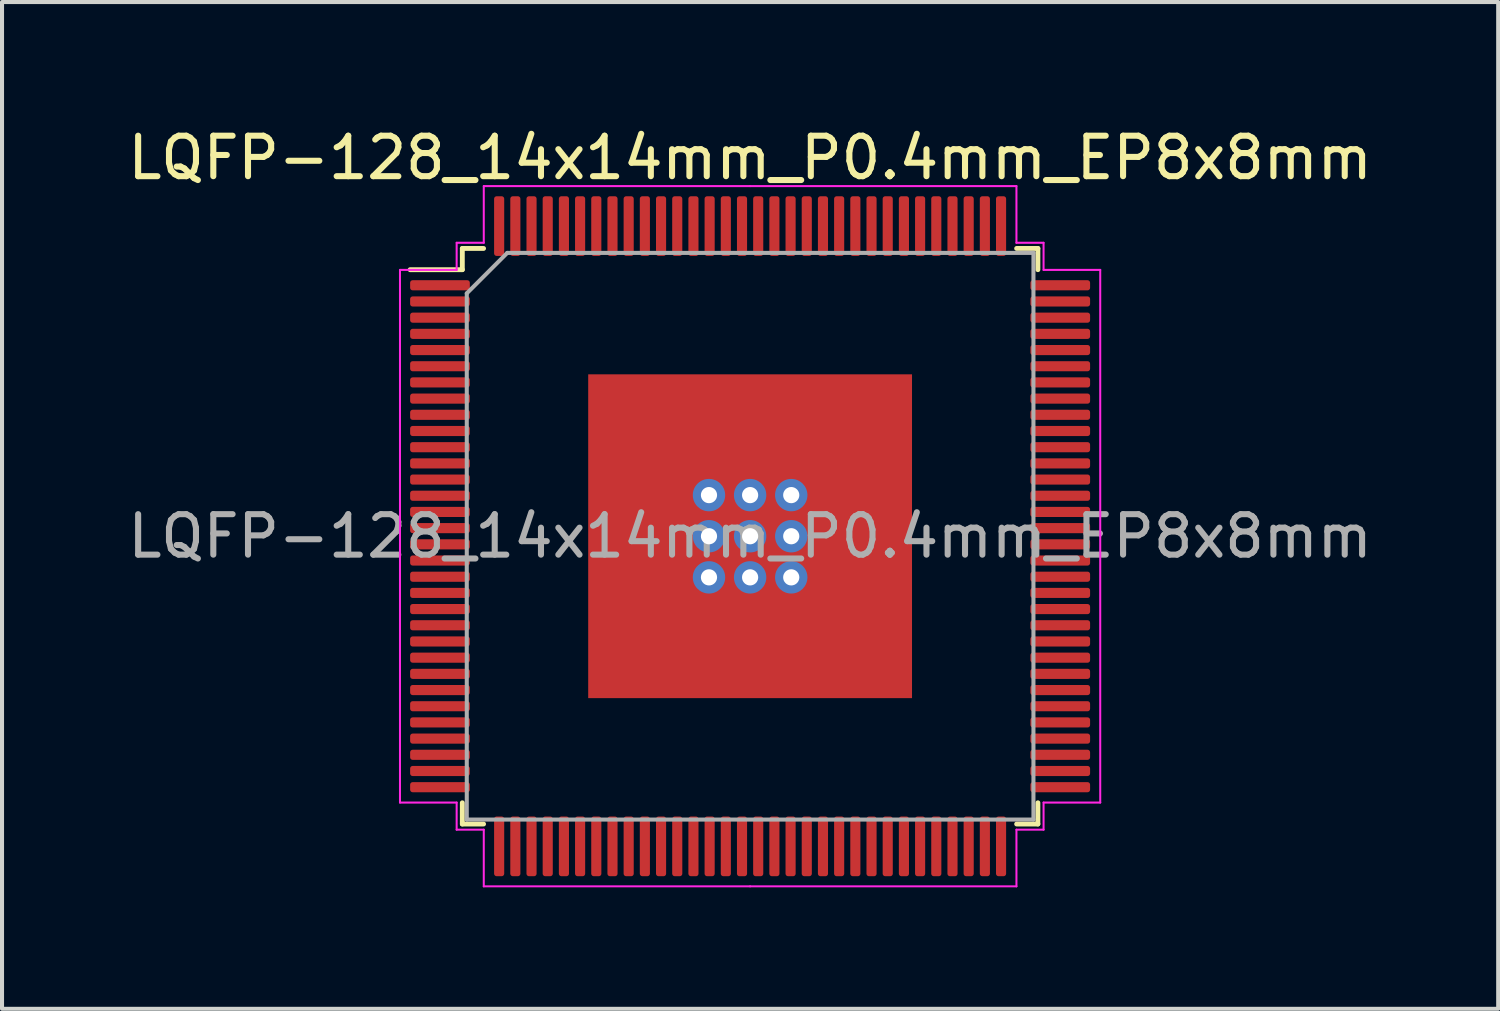
<source format=kicad_pcb>
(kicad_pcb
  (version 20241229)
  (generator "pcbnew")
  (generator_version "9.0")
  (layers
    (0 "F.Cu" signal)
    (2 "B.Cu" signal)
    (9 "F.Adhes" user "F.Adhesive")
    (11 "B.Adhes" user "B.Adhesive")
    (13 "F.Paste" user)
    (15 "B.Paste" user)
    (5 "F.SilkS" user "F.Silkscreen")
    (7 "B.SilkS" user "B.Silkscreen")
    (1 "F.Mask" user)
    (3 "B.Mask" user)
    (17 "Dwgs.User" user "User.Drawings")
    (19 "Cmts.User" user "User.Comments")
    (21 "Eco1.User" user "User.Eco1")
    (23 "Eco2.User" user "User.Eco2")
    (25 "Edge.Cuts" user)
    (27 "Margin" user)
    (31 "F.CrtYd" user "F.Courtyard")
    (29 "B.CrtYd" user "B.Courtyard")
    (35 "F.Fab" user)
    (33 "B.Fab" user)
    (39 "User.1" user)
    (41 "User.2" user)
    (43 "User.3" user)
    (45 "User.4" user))
  (footprint "LQFP-128_14x14mm_P0.4mm_EP8x8mm"
    (layer "F.Cu")
    (at 15.482 10.198)
    (property "Reference" "LQFP-128_14x14mm_P0.4mm_EP8x8mm" (at 0 -9.35 0) (layer "F.SilkS") (effects (font (size 1 1) (thickness 0.15))))
    (attr smd)
    (fp_line (start -7.11 -7.11) (end -7.11 -6.585) (stroke (width 0.12) (type solid)) (layer "F.SilkS"))
    (fp_line (start -7.11 -6.585) (end -8.4 -6.585) (stroke (width 0.12) (type solid)) (layer "F.SilkS"))
    (fp_line (start -7.11 7.11) (end -7.11 6.585) (stroke (width 0.12) (type solid)) (layer "F.SilkS"))
    (fp_line (start -6.585 -7.11) (end -7.11 -7.11) (stroke (width 0.12) (type solid)) (layer "F.SilkS"))
    (fp_line (start -6.585 7.11) (end -7.11 7.11) (stroke (width 0.12) (type solid)) (layer "F.SilkS"))
    (fp_line (start 6.585 -7.11) (end 7.11 -7.11) (stroke (width 0.12) (type solid)) (layer "F.SilkS"))
    (fp_line (start 6.585 7.11) (end 7.11 7.11) (stroke (width 0.12) (type solid)) (layer "F.SilkS"))
    (fp_line (start 7.11 -7.11) (end 7.11 -6.585) (stroke (width 0.12) (type solid)) (layer "F.SilkS"))
    (fp_line (start 7.11 7.11) (end 7.11 6.585) (stroke (width 0.12) (type solid)) (layer "F.SilkS"))
    (fp_line (start -8.65 -6.58) (end -8.65 0) (stroke (width 0.05) (type solid)) (layer "F.CrtYd"))
    (fp_line (start -8.65 6.58) (end -8.65 0) (stroke (width 0.05) (type solid)) (layer "F.CrtYd"))
    (fp_line (start -7.25 -7.25) (end -7.25 -6.58) (stroke (width 0.05) (type solid)) (layer "F.CrtYd"))
    (fp_line (start -7.25 -6.58) (end -8.65 -6.58) (stroke (width 0.05) (type solid)) (layer "F.CrtYd"))
    (fp_line (start -7.25 6.58) (end -8.65 6.58) (stroke (width 0.05) (type solid)) (layer "F.CrtYd"))
    (fp_line (start -7.25 7.25) (end -7.25 6.58) (stroke (width 0.05) (type solid)) (layer "F.CrtYd"))
    (fp_line (start -6.58 -8.65) (end -6.58 -7.25) (stroke (width 0.05) (type solid)) (layer "F.CrtYd"))
    (fp_line (start -6.58 -7.25) (end -7.25 -7.25) (stroke (width 0.05) (type solid)) (layer "F.CrtYd"))
    (fp_line (start -6.58 7.25) (end -7.25 7.25) (stroke (width 0.05) (type solid)) (layer "F.CrtYd"))
    (fp_line (start -6.58 8.65) (end -6.58 7.25) (stroke (width 0.05) (type solid)) (layer "F.CrtYd"))
    (fp_line (start 0 -8.65) (end -6.58 -8.65) (stroke (width 0.05) (type solid)) (layer "F.CrtYd"))
    (fp_line (start 0 -8.65) (end 6.58 -8.65) (stroke (width 0.05) (type solid)) (layer "F.CrtYd"))
    (fp_line (start 0 8.65) (end -6.58 8.65) (stroke (width 0.05) (type solid)) (layer "F.CrtYd"))
    (fp_line (start 0 8.65) (end 6.58 8.65) (stroke (width 0.05) (type solid)) (layer "F.CrtYd"))
    (fp_line (start 6.58 -8.65) (end 6.58 -7.25) (stroke (width 0.05) (type solid)) (layer "F.CrtYd"))
    (fp_line (start 6.58 -7.25) (end 7.25 -7.25) (stroke (width 0.05) (type solid)) (layer "F.CrtYd"))
    (fp_line (start 6.58 7.25) (end 7.25 7.25) (stroke (width 0.05) (type solid)) (layer "F.CrtYd"))
    (fp_line (start 6.58 8.65) (end 6.58 7.25) (stroke (width 0.05) (type solid)) (layer "F.CrtYd"))
    (fp_line (start 7.25 -7.25) (end 7.25 -6.58) (stroke (width 0.05) (type solid)) (layer "F.CrtYd"))
    (fp_line (start 7.25 -6.58) (end 8.65 -6.58) (stroke (width 0.05) (type solid)) (layer "F.CrtYd"))
    (fp_line (start 7.25 6.58) (end 8.65 6.58) (stroke (width 0.05) (type solid)) (layer "F.CrtYd"))
    (fp_line (start 7.25 7.25) (end 7.25 6.58) (stroke (width 0.05) (type solid)) (layer "F.CrtYd"))
    (fp_line (start 8.65 -6.58) (end 8.65 0) (stroke (width 0.05) (type solid)) (layer "F.CrtYd"))
    (fp_line (start 8.65 6.58) (end 8.65 0) (stroke (width 0.05) (type solid)) (layer "F.CrtYd"))
    (fp_line (start -7 -6) (end -6 -7) (stroke (width 0.1) (type solid)) (layer "F.Fab"))
    (fp_line (start -7 7) (end -7 -6) (stroke (width 0.1) (type solid)) (layer "F.Fab"))
    (fp_line (start -6 -7) (end 7 -7) (stroke (width 0.1) (type solid)) (layer "F.Fab"))
    (fp_line (start 7 -7) (end 7 7) (stroke (width 0.1) (type solid)) (layer "F.Fab"))
    (fp_line (start 7 7) (end -7 7) (stroke (width 0.1) (type solid)) (layer "F.Fab"))
    (fp_text user "${REFERENCE}" (at 0 0 0) (layer "F.Fab") (effects (font (size 1 1) (thickness 0.15))))
    (pad "1" smd roundrect (at -7.662 -6.2) (size 1.475 0.25) (layers "F.Cu" "F.Mask" "F.Paste") (roundrect_rratio 0.25))
    (pad "2" smd roundrect (at -7.662 -5.8) (size 1.475 0.25) (layers "F.Cu" "F.Mask" "F.Paste") (roundrect_rratio 0.25))
    (pad "3" smd roundrect (at -7.662 -5.4) (size 1.475 0.25) (layers "F.Cu" "F.Mask" "F.Paste") (roundrect_rratio 0.25))
    (pad "4" smd roundrect (at -7.662 -5) (size 1.475 0.25) (layers "F.Cu" "F.Mask" "F.Paste") (roundrect_rratio 0.25))
    (pad "5" smd roundrect (at -7.662 -4.6) (size 1.475 0.25) (layers "F.Cu" "F.Mask" "F.Paste") (roundrect_rratio 0.25))
    (pad "6" smd roundrect (at -7.662 -4.2) (size 1.475 0.25) (layers "F.Cu" "F.Mask" "F.Paste") (roundrect_rratio 0.25))
    (pad "7" smd roundrect (at -7.662 -3.8) (size 1.475 0.25) (layers "F.Cu" "F.Mask" "F.Paste") (roundrect_rratio 0.25))
    (pad "8" smd roundrect (at -7.662 -3.4) (size 1.475 0.25) (layers "F.Cu" "F.Mask" "F.Paste") (roundrect_rratio 0.25))
    (pad "9" smd roundrect (at -7.662 -3) (size 1.475 0.25) (layers "F.Cu" "F.Mask" "F.Paste") (roundrect_rratio 0.25))
    (pad "10" smd roundrect (at -7.662 -2.6) (size 1.475 0.25) (layers "F.Cu" "F.Mask" "F.Paste") (roundrect_rratio 0.25))
    (pad "11" smd roundrect (at -7.662 -2.2) (size 1.475 0.25) (layers "F.Cu" "F.Mask" "F.Paste") (roundrect_rratio 0.25))
    (pad "12" smd roundrect (at -7.662 -1.8) (size 1.475 0.25) (layers "F.Cu" "F.Mask" "F.Paste") (roundrect_rratio 0.25))
    (pad "13" smd roundrect (at -7.662 -1.4) (size 1.475 0.25) (layers "F.Cu" "F.Mask" "F.Paste") (roundrect_rratio 0.25))
    (pad "14" smd roundrect (at -7.662 -1) (size 1.475 0.25) (layers "F.Cu" "F.Mask" "F.Paste") (roundrect_rratio 0.25))
    (pad "15" smd roundrect (at -7.662 -0.6) (size 1.475 0.25) (layers "F.Cu" "F.Mask" "F.Paste") (roundrect_rratio 0.25))
    (pad "16" smd roundrect (at -7.662 -0.2) (size 1.475 0.25) (layers "F.Cu" "F.Mask" "F.Paste") (roundrect_rratio 0.25))
    (pad "17" smd roundrect (at -7.662 0.2) (size 1.475 0.25) (layers "F.Cu" "F.Mask" "F.Paste") (roundrect_rratio 0.25))
    (pad "18" smd roundrect (at -7.662 0.6) (size 1.475 0.25) (layers "F.Cu" "F.Mask" "F.Paste") (roundrect_rratio 0.25))
    (pad "19" smd roundrect (at -7.662 1) (size 1.475 0.25) (layers "F.Cu" "F.Mask" "F.Paste") (roundrect_rratio 0.25))
    (pad "20" smd roundrect (at -7.662 1.4) (size 1.475 0.25) (layers "F.Cu" "F.Mask" "F.Paste") (roundrect_rratio 0.25))
    (pad "21" smd roundrect (at -7.662 1.8) (size 1.475 0.25) (layers "F.Cu" "F.Mask" "F.Paste") (roundrect_rratio 0.25))
    (pad "22" smd roundrect (at -7.662 2.2) (size 1.475 0.25) (layers "F.Cu" "F.Mask" "F.Paste") (roundrect_rratio 0.25))
    (pad "23" smd roundrect (at -7.662 2.6) (size 1.475 0.25) (layers "F.Cu" "F.Mask" "F.Paste") (roundrect_rratio 0.25))
    (pad "24" smd roundrect (at -7.662 3) (size 1.475 0.25) (layers "F.Cu" "F.Mask" "F.Paste") (roundrect_rratio 0.25))
    (pad "25" smd roundrect (at -7.662 3.4) (size 1.475 0.25) (layers "F.Cu" "F.Mask" "F.Paste") (roundrect_rratio 0.25))
    (pad "26" smd roundrect (at -7.662 3.8) (size 1.475 0.25) (layers "F.Cu" "F.Mask" "F.Paste") (roundrect_rratio 0.25))
    (pad "27" smd roundrect (at -7.662 4.2) (size 1.475 0.25) (layers "F.Cu" "F.Mask" "F.Paste") (roundrect_rratio 0.25))
    (pad "28" smd roundrect (at -7.662 4.6) (size 1.475 0.25) (layers "F.Cu" "F.Mask" "F.Paste") (roundrect_rratio 0.25))
    (pad "29" smd roundrect (at -7.662 5) (size 1.475 0.25) (layers "F.Cu" "F.Mask" "F.Paste") (roundrect_rratio 0.25))
    (pad "30" smd roundrect (at -7.662 5.4) (size 1.475 0.25) (layers "F.Cu" "F.Mask" "F.Paste") (roundrect_rratio 0.25))
    (pad "31" smd roundrect (at -7.662 5.8) (size 1.475 0.25) (layers "F.Cu" "F.Mask" "F.Paste") (roundrect_rratio 0.25))
    (pad "32" smd roundrect (at -7.662 6.2) (size 1.475 0.25) (layers "F.Cu" "F.Mask" "F.Paste") (roundrect_rratio 0.25))
    (pad "33" smd roundrect (at -6.2 7.662) (size 0.25 1.475) (layers "F.Cu" "F.Mask" "F.Paste") (roundrect_rratio 0.25))
    (pad "34" smd roundrect (at -5.8 7.662) (size 0.25 1.475) (layers "F.Cu" "F.Mask" "F.Paste") (roundrect_rratio 0.25))
    (pad "35" smd roundrect (at -5.4 7.662) (size 0.25 1.475) (layers "F.Cu" "F.Mask" "F.Paste") (roundrect_rratio 0.25))
    (pad "36" smd roundrect (at -5 7.662) (size 0.25 1.475) (layers "F.Cu" "F.Mask" "F.Paste") (roundrect_rratio 0.25))
    (pad "37" smd roundrect (at -4.6 7.662) (size 0.25 1.475) (layers "F.Cu" "F.Mask" "F.Paste") (roundrect_rratio 0.25))
    (pad "38" smd roundrect (at -4.2 7.662) (size 0.25 1.475) (layers "F.Cu" "F.Mask" "F.Paste") (roundrect_rratio 0.25))
    (pad "39" smd roundrect (at -3.8 7.662) (size 0.25 1.475) (layers "F.Cu" "F.Mask" "F.Paste") (roundrect_rratio 0.25))
    (pad "40" smd roundrect (at -3.4 7.662) (size 0.25 1.475) (layers "F.Cu" "F.Mask" "F.Paste") (roundrect_rratio 0.25))
    (pad "41" smd roundrect (at -3 7.662) (size 0.25 1.475) (layers "F.Cu" "F.Mask" "F.Paste") (roundrect_rratio 0.25))
    (pad "42" smd roundrect (at -2.6 7.662) (size 0.25 1.475) (layers "F.Cu" "F.Mask" "F.Paste") (roundrect_rratio 0.25))
    (pad "43" smd roundrect (at -2.2 7.662) (size 0.25 1.475) (layers "F.Cu" "F.Mask" "F.Paste") (roundrect_rratio 0.25))
    (pad "44" smd roundrect (at -1.8 7.662) (size 0.25 1.475) (layers "F.Cu" "F.Mask" "F.Paste") (roundrect_rratio 0.25))
    (pad "45" smd roundrect (at -1.4 7.662) (size 0.25 1.475) (layers "F.Cu" "F.Mask" "F.Paste") (roundrect_rratio 0.25))
    (pad "46" smd roundrect (at -1 7.662) (size 0.25 1.475) (layers "F.Cu" "F.Mask" "F.Paste") (roundrect_rratio 0.25))
    (pad "47" smd roundrect (at -0.6 7.662) (size 0.25 1.475) (layers "F.Cu" "F.Mask" "F.Paste") (roundrect_rratio 0.25))
    (pad "48" smd roundrect (at -0.2 7.662) (size 0.25 1.475) (layers "F.Cu" "F.Mask" "F.Paste") (roundrect_rratio 0.25))
    (pad "49" smd roundrect (at 0.2 7.662) (size 0.25 1.475) (layers "F.Cu" "F.Mask" "F.Paste") (roundrect_rratio 0.25))
    (pad "50" smd roundrect (at 0.6 7.662) (size 0.25 1.475) (layers "F.Cu" "F.Mask" "F.Paste") (roundrect_rratio 0.25))
    (pad "51" smd roundrect (at 1 7.662) (size 0.25 1.475) (layers "F.Cu" "F.Mask" "F.Paste") (roundrect_rratio 0.25))
    (pad "52" smd roundrect (at 1.4 7.662) (size 0.25 1.475) (layers "F.Cu" "F.Mask" "F.Paste") (roundrect_rratio 0.25))
    (pad "53" smd roundrect (at 1.8 7.662) (size 0.25 1.475) (layers "F.Cu" "F.Mask" "F.Paste") (roundrect_rratio 0.25))
    (pad "54" smd roundrect (at 2.2 7.662) (size 0.25 1.475) (layers "F.Cu" "F.Mask" "F.Paste") (roundrect_rratio 0.25))
    (pad "55" smd roundrect (at 2.6 7.662) (size 0.25 1.475) (layers "F.Cu" "F.Mask" "F.Paste") (roundrect_rratio 0.25))
    (pad "56" smd roundrect (at 3 7.662) (size 0.25 1.475) (layers "F.Cu" "F.Mask" "F.Paste") (roundrect_rratio 0.25))
    (pad "57" smd roundrect (at 3.4 7.662) (size 0.25 1.475) (layers "F.Cu" "F.Mask" "F.Paste") (roundrect_rratio 0.25))
    (pad "58" smd roundrect (at 3.8 7.662) (size 0.25 1.475) (layers "F.Cu" "F.Mask" "F.Paste") (roundrect_rratio 0.25))
    (pad "59" smd roundrect (at 4.2 7.662) (size 0.25 1.475) (layers "F.Cu" "F.Mask" "F.Paste") (roundrect_rratio 0.25))
    (pad "60" smd roundrect (at 4.6 7.662) (size 0.25 1.475) (layers "F.Cu" "F.Mask" "F.Paste") (roundrect_rratio 0.25))
    (pad "61" smd roundrect (at 5 7.662) (size 0.25 1.475) (layers "F.Cu" "F.Mask" "F.Paste") (roundrect_rratio 0.25))
    (pad "62" smd roundrect (at 5.4 7.662) (size 0.25 1.475) (layers "F.Cu" "F.Mask" "F.Paste") (roundrect_rratio 0.25))
    (pad "63" smd roundrect (at 5.8 7.662) (size 0.25 1.475) (layers "F.Cu" "F.Mask" "F.Paste") (roundrect_rratio 0.25))
    (pad "64" smd roundrect (at 6.2 7.662) (size 0.25 1.475) (layers "F.Cu" "F.Mask" "F.Paste") (roundrect_rratio 0.25))
    (pad "65" smd roundrect (at 7.662 6.2) (size 1.475 0.25) (layers "F.Cu" "F.Mask" "F.Paste") (roundrect_rratio 0.25))
    (pad "66" smd roundrect (at 7.662 5.8) (size 1.475 0.25) (layers "F.Cu" "F.Mask" "F.Paste") (roundrect_rratio 0.25))
    (pad "67" smd roundrect (at 7.662 5.4) (size 1.475 0.25) (layers "F.Cu" "F.Mask" "F.Paste") (roundrect_rratio 0.25))
    (pad "68" smd roundrect (at 7.662 5) (size 1.475 0.25) (layers "F.Cu" "F.Mask" "F.Paste") (roundrect_rratio 0.25))
    (pad "69" smd roundrect (at 7.662 4.6) (size 1.475 0.25) (layers "F.Cu" "F.Mask" "F.Paste") (roundrect_rratio 0.25))
    (pad "70" smd roundrect (at 7.662 4.2) (size 1.475 0.25) (layers "F.Cu" "F.Mask" "F.Paste") (roundrect_rratio 0.25))
    (pad "71" smd roundrect (at 7.662 3.8) (size 1.475 0.25) (layers "F.Cu" "F.Mask" "F.Paste") (roundrect_rratio 0.25))
    (pad "72" smd roundrect (at 7.662 3.4) (size 1.475 0.25) (layers "F.Cu" "F.Mask" "F.Paste") (roundrect_rratio 0.25))
    (pad "73" smd roundrect (at 7.662 3) (size 1.475 0.25) (layers "F.Cu" "F.Mask" "F.Paste") (roundrect_rratio 0.25))
    (pad "74" smd roundrect (at 7.662 2.6) (size 1.475 0.25) (layers "F.Cu" "F.Mask" "F.Paste") (roundrect_rratio 0.25))
    (pad "75" smd roundrect (at 7.662 2.2) (size 1.475 0.25) (layers "F.Cu" "F.Mask" "F.Paste") (roundrect_rratio 0.25))
    (pad "76" smd roundrect (at 7.662 1.8) (size 1.475 0.25) (layers "F.Cu" "F.Mask" "F.Paste") (roundrect_rratio 0.25))
    (pad "77" smd roundrect (at 7.662 1.4) (size 1.475 0.25) (layers "F.Cu" "F.Mask" "F.Paste") (roundrect_rratio 0.25))
    (pad "78" smd roundrect (at 7.662 1) (size 1.475 0.25) (layers "F.Cu" "F.Mask" "F.Paste") (roundrect_rratio 0.25))
    (pad "79" smd roundrect (at 7.662 0.6) (size 1.475 0.25) (layers "F.Cu" "F.Mask" "F.Paste") (roundrect_rratio 0.25))
    (pad "80" smd roundrect (at 7.662 0.2) (size 1.475 0.25) (layers "F.Cu" "F.Mask" "F.Paste") (roundrect_rratio 0.25))
    (pad "81" smd roundrect (at 7.662 -0.2) (size 1.475 0.25) (layers "F.Cu" "F.Mask" "F.Paste") (roundrect_rratio 0.25))
    (pad "82" smd roundrect (at 7.662 -0.6) (size 1.475 0.25) (layers "F.Cu" "F.Mask" "F.Paste") (roundrect_rratio 0.25))
    (pad "83" smd roundrect (at 7.662 -1) (size 1.475 0.25) (layers "F.Cu" "F.Mask" "F.Paste") (roundrect_rratio 0.25))
    (pad "84" smd roundrect (at 7.662 -1.4) (size 1.475 0.25) (layers "F.Cu" "F.Mask" "F.Paste") (roundrect_rratio 0.25))
    (pad "85" smd roundrect (at 7.662 -1.8) (size 1.475 0.25) (layers "F.Cu" "F.Mask" "F.Paste") (roundrect_rratio 0.25))
    (pad "86" smd roundrect (at 7.662 -2.2) (size 1.475 0.25) (layers "F.Cu" "F.Mask" "F.Paste") (roundrect_rratio 0.25))
    (pad "87" smd roundrect (at 7.662 -2.6) (size 1.475 0.25) (layers "F.Cu" "F.Mask" "F.Paste") (roundrect_rratio 0.25))
    (pad "88" smd roundrect (at 7.662 -3) (size 1.475 0.25) (layers "F.Cu" "F.Mask" "F.Paste") (roundrect_rratio 0.25))
    (pad "89" smd roundrect (at 7.662 -3.4) (size 1.475 0.25) (layers "F.Cu" "F.Mask" "F.Paste") (roundrect_rratio 0.25))
    (pad "90" smd roundrect (at 7.662 -3.8) (size 1.475 0.25) (layers "F.Cu" "F.Mask" "F.Paste") (roundrect_rratio 0.25))
    (pad "91" smd roundrect (at 7.662 -4.2) (size 1.475 0.25) (layers "F.Cu" "F.Mask" "F.Paste") (roundrect_rratio 0.25))
    (pad "92" smd roundrect (at 7.662 -4.6) (size 1.475 0.25) (layers "F.Cu" "F.Mask" "F.Paste") (roundrect_rratio 0.25))
    (pad "93" smd roundrect (at 7.662 -5) (size 1.475 0.25) (layers "F.Cu" "F.Mask" "F.Paste") (roundrect_rratio 0.25))
    (pad "94" smd roundrect (at 7.662 -5.4) (size 1.475 0.25) (layers "F.Cu" "F.Mask" "F.Paste") (roundrect_rratio 0.25))
    (pad "95" smd roundrect (at 7.662 -5.8) (size 1.475 0.25) (layers "F.Cu" "F.Mask" "F.Paste") (roundrect_rratio 0.25))
    (pad "96" smd roundrect (at 7.662 -6.2) (size 1.475 0.25) (layers "F.Cu" "F.Mask" "F.Paste") (roundrect_rratio 0.25))
    (pad "97" smd roundrect (at 6.2 -7.662) (size 0.25 1.475) (layers "F.Cu" "F.Mask" "F.Paste") (roundrect_rratio 0.25))
    (pad "98" smd roundrect (at 5.8 -7.662) (size 0.25 1.475) (layers "F.Cu" "F.Mask" "F.Paste") (roundrect_rratio 0.25))
    (pad "99" smd roundrect (at 5.4 -7.662) (size 0.25 1.475) (layers "F.Cu" "F.Mask" "F.Paste") (roundrect_rratio 0.25))
    (pad "100" smd roundrect (at 5 -7.662) (size 0.25 1.475) (layers "F.Cu" "F.Mask" "F.Paste") (roundrect_rratio 0.25))
    (pad "101" smd roundrect (at 4.6 -7.662) (size 0.25 1.475) (layers "F.Cu" "F.Mask" "F.Paste") (roundrect_rratio 0.25))
    (pad "102" smd roundrect (at 4.2 -7.662) (size 0.25 1.475) (layers "F.Cu" "F.Mask" "F.Paste") (roundrect_rratio 0.25))
    (pad "103" smd roundrect (at 3.8 -7.662) (size 0.25 1.475) (layers "F.Cu" "F.Mask" "F.Paste") (roundrect_rratio 0.25))
    (pad "104" smd roundrect (at 3.4 -7.662) (size 0.25 1.475) (layers "F.Cu" "F.Mask" "F.Paste") (roundrect_rratio 0.25))
    (pad "105" smd roundrect (at 3 -7.662) (size 0.25 1.475) (layers "F.Cu" "F.Mask" "F.Paste") (roundrect_rratio 0.25))
    (pad "106" smd roundrect (at 2.6 -7.662) (size 0.25 1.475) (layers "F.Cu" "F.Mask" "F.Paste") (roundrect_rratio 0.25))
    (pad "107" smd roundrect (at 2.2 -7.662) (size 0.25 1.475) (layers "F.Cu" "F.Mask" "F.Paste") (roundrect_rratio 0.25))
    (pad "108" smd roundrect (at 1.8 -7.662) (size 0.25 1.475) (layers "F.Cu" "F.Mask" "F.Paste") (roundrect_rratio 0.25))
    (pad "109" smd roundrect (at 1.4 -7.662) (size 0.25 1.475) (layers "F.Cu" "F.Mask" "F.Paste") (roundrect_rratio 0.25))
    (pad "110" smd roundrect (at 1 -7.662) (size 0.25 1.475) (layers "F.Cu" "F.Mask" "F.Paste") (roundrect_rratio 0.25))
    (pad "111" smd roundrect (at 0.6 -7.662) (size 0.25 1.475) (layers "F.Cu" "F.Mask" "F.Paste") (roundrect_rratio 0.25))
    (pad "112" smd roundrect (at 0.2 -7.662) (size 0.25 1.475) (layers "F.Cu" "F.Mask" "F.Paste") (roundrect_rratio 0.25))
    (pad "113" smd roundrect (at -0.2 -7.662) (size 0.25 1.475) (layers "F.Cu" "F.Mask" "F.Paste") (roundrect_rratio 0.25))
    (pad "114" smd roundrect (at -0.6 -7.662) (size 0.25 1.475) (layers "F.Cu" "F.Mask" "F.Paste") (roundrect_rratio 0.25))
    (pad "115" smd roundrect (at -1 -7.662) (size 0.25 1.475) (layers "F.Cu" "F.Mask" "F.Paste") (roundrect_rratio 0.25))
    (pad "116" smd roundrect (at -1.4 -7.662) (size 0.25 1.475) (layers "F.Cu" "F.Mask" "F.Paste") (roundrect_rratio 0.25))
    (pad "117" smd roundrect (at -1.8 -7.662) (size 0.25 1.475) (layers "F.Cu" "F.Mask" "F.Paste") (roundrect_rratio 0.25))
    (pad "118" smd roundrect (at -2.2 -7.662) (size 0.25 1.475) (layers "F.Cu" "F.Mask" "F.Paste") (roundrect_rratio 0.25))
    (pad "119" smd roundrect (at -2.6 -7.662) (size 0.25 1.475) (layers "F.Cu" "F.Mask" "F.Paste") (roundrect_rratio 0.25))
    (pad "120" smd roundrect (at -3 -7.662) (size 0.25 1.475) (layers "F.Cu" "F.Mask" "F.Paste") (roundrect_rratio 0.25))
    (pad "121" smd roundrect (at -3.4 -7.662) (size 0.25 1.475) (layers "F.Cu" "F.Mask" "F.Paste") (roundrect_rratio 0.25))
    (pad "122" smd roundrect (at -3.8 -7.662) (size 0.25 1.475) (layers "F.Cu" "F.Mask" "F.Paste") (roundrect_rratio 0.25))
    (pad "123" smd roundrect (at -4.2 -7.662) (size 0.25 1.475) (layers "F.Cu" "F.Mask" "F.Paste") (roundrect_rratio 0.25))
    (pad "124" smd roundrect (at -4.6 -7.662) (size 0.25 1.475) (layers "F.Cu" "F.Mask" "F.Paste") (roundrect_rratio 0.25))
    (pad "125" smd roundrect (at -5 -7.662) (size 0.25 1.475) (layers "F.Cu" "F.Mask" "F.Paste") (roundrect_rratio 0.25))
    (pad "126" smd roundrect (at -5.4 -7.662) (size 0.25 1.475) (layers "F.Cu" "F.Mask" "F.Paste") (roundrect_rratio 0.25))
    (pad "127" smd roundrect (at -5.8 -7.662) (size 0.25 1.475) (layers "F.Cu" "F.Mask" "F.Paste") (roundrect_rratio 0.25))
    (pad "128" smd roundrect (at -6.2 -7.662) (size 0.25 1.475) (layers "F.Cu" "F.Mask" "F.Paste") (roundrect_rratio 0.25))
    (pad "129" thru_hole circle (at -1.016 -1.016) (size 0.8 0.8) (drill 0.4) (layers "*.Cu" "*.Mask"))
    (pad "129" thru_hole circle (at -1.016 0) (size 0.8 0.8) (drill 0.4) (layers "*.Cu" "*.Mask"))
    (pad "129" thru_hole circle (at -1.016 1.016) (size 0.8 0.8) (drill 0.4) (layers "*.Cu" "*.Mask"))
    (pad "129" thru_hole circle (at 0 -1.016) (size 0.8 0.8) (drill 0.4) (layers "*.Cu" "*.Mask"))
    (pad "129" thru_hole circle (at 0 0) (size 0.8 0.8) (drill 0.4) (layers "*.Cu" "*.Mask"))
    (pad "129" smd rect (at 0 0) (size 8 8) (layers "F.Cu" "F.Mask" "F.Paste"))
    (pad "129" thru_hole circle (at 0 1.016) (size 0.8 0.8) (drill 0.4) (layers "*.Cu" "*.Mask"))
    (pad "129" thru_hole circle (at 1.016 -1.016) (size 0.8 0.8) (drill 0.4) (layers "*.Cu" "*.Mask"))
    (pad "129" thru_hole circle (at 1.016 0) (size 0.8 0.8) (drill 0.4) (layers "*.Cu" "*.Mask"))
    (pad "129" thru_hole circle (at 1.016 1.016) (size 0.8 0.8) (drill 0.4) (layers "*.Cu" "*.Mask")))
  (gr_rect
    (start -3 -3)
    (end 33.964 21.873)
    (stroke (width 0.1) (type default))
    (fill no)
    (layer "Edge.Cuts")))
</source>
